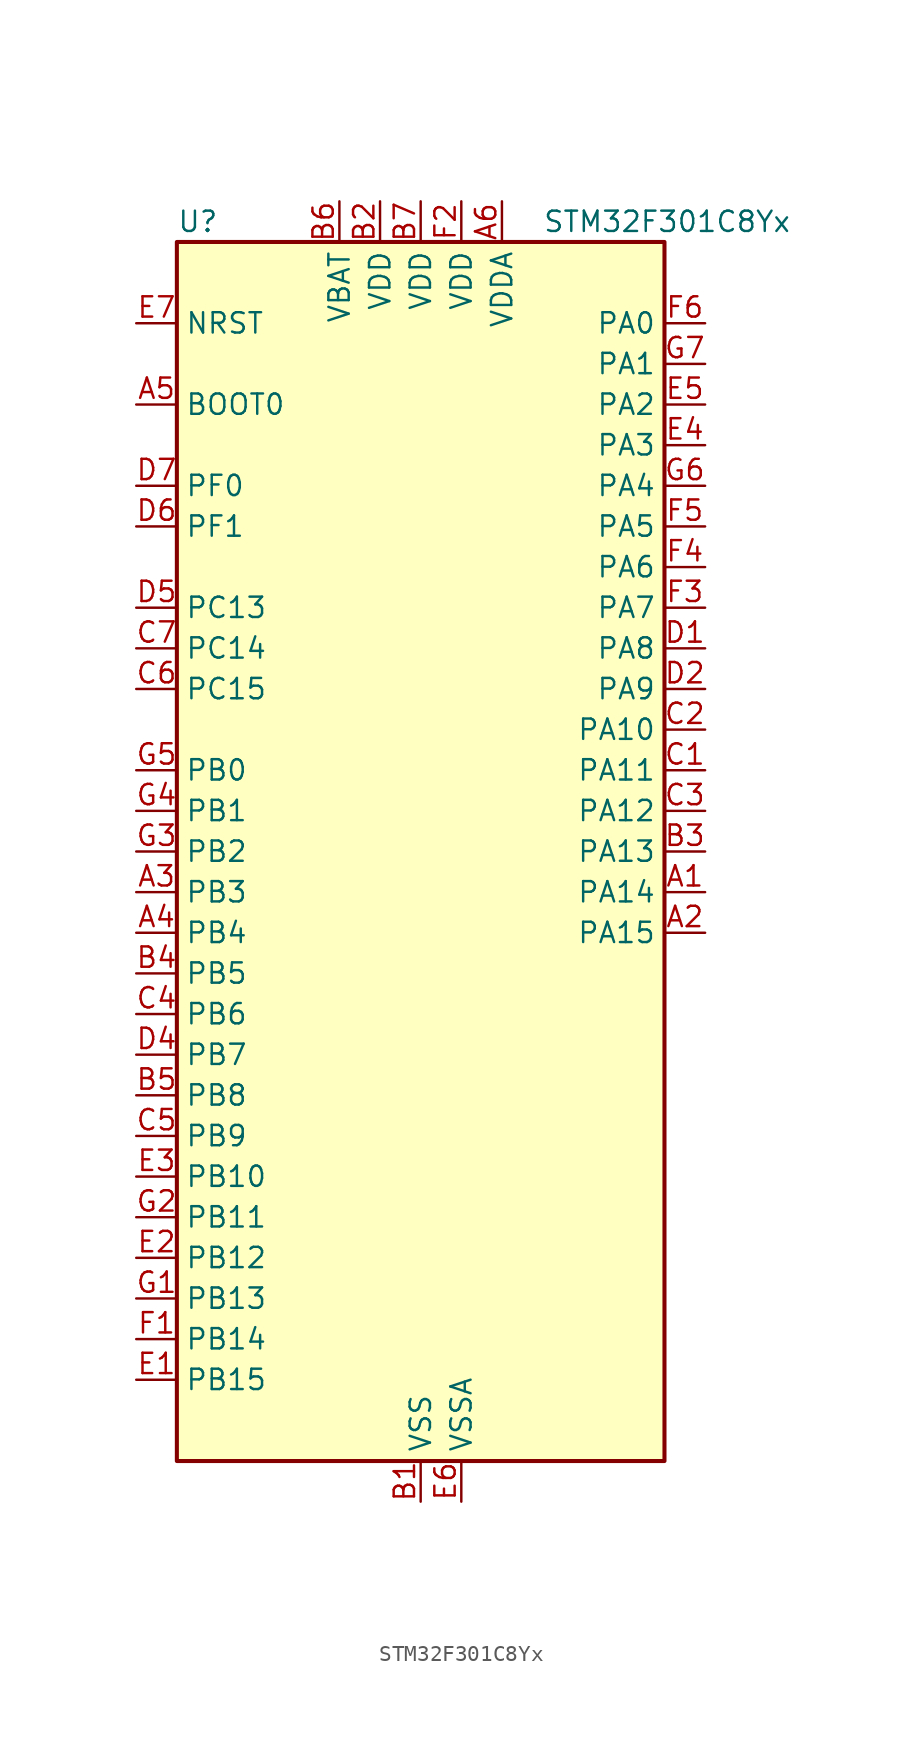
<source format=kicad_sym>
(kicad_symbol_lib
  (version 20241209)
  (generator "kicad_symbol_editor")
  (generator_version "9.0")
  (symbol "STM32F301C8Yx"
    (property "Reference" "U"
      (at -15.24 39.37 0)
      (effects (font (size 1.27 1.27)) (justify left)))
    (property "Value" "STM32F301C8Yx"
      (at 7.62 39.37 0)
      (effects (font (size 1.27 1.27)) (justify left)))
    (symbol "STM32F301C8Yx_0_1"
      (rectangle (start -15.24 -38.1) (end 15.24 38.1) (stroke (width 0.254) (type default)) (fill (type background))))
    (symbol "STM32F301C8Yx_1_1"
      (pin input line (at -17.78 33.02 0) (length 2.54) (name "NRST" (effects (font (size 1.27 1.27)))) (number "E7" (effects (font (size 1.27 1.27)))))
      (pin input line (at -17.78 27.94 0) (length 2.54) (name "BOOT0" (effects (font (size 1.27 1.27)))) (number "A5" (effects (font (size 1.27 1.27)))))
      (pin bidirectional line (at -17.78 22.86 0) (length 2.54) (name "PF0" (effects (font (size 1.27 1.27)))) (number "D7" (effects (font (size 1.27 1.27)))) (alternate "I2C2_SDA" bidirectional line) (alternate "I2S2_WS" bidirectional line) (alternate "RCC_OSC_IN" bidirectional line) (alternate "SPI2_NSS" bidirectional line) (alternate "TIM1_CH3N" bidirectional line))
      (pin bidirectional line (at -17.78 20.32 0) (length 2.54) (name "PF1" (effects (font (size 1.27 1.27)))) (number "D6" (effects (font (size 1.27 1.27)))) (alternate "I2C2_SCL" bidirectional line) (alternate "I2S2_CK" bidirectional line) (alternate "RCC_OSC_OUT" bidirectional line) (alternate "SPI2_SCK" bidirectional line))
      (pin bidirectional line (at -17.78 15.24 0) (length 2.54) (name "PC13" (effects (font (size 1.27 1.27)))) (number "D5" (effects (font (size 1.27 1.27)))) (alternate "RTC_OUT_ALARM" bidirectional line) (alternate "RTC_OUT_CALIB" bidirectional line) (alternate "RTC_TAMP1" bidirectional line) (alternate "RTC_TS" bidirectional line) (alternate "SYS_WKUP2" bidirectional line) (alternate "TIM1_CH1N" bidirectional line))
      (pin bidirectional line (at -17.78 12.7 0) (length 2.54) (name "PC14" (effects (font (size 1.27 1.27)))) (number "C7" (effects (font (size 1.27 1.27)))) (alternate "RCC_OSC32_IN" bidirectional line))
      (pin bidirectional line (at -17.78 10.16 0) (length 2.54) (name "PC15" (effects (font (size 1.27 1.27)))) (number "C6" (effects (font (size 1.27 1.27)))) (alternate "ADC1_EXTI15" bidirectional line) (alternate "RCC_OSC32_OUT" bidirectional line))
      (pin bidirectional line (at -17.78 5.08 0) (length 2.54) (name "PB0" (effects (font (size 1.27 1.27)))) (number "G5" (effects (font (size 1.27 1.27)))) (alternate "ADC1_IN11" bidirectional line) (alternate "COMP4_INP" bidirectional line) (alternate "OPAMP2_VINP" bidirectional line) (alternate "OPAMP2_VINP_SEC" bidirectional line) (alternate "TIM1_CH2N" bidirectional line) (alternate "TSC_G3_IO2" bidirectional line))
      (pin bidirectional line (at -17.78 2.54 0) (length 2.54) (name "PB1" (effects (font (size 1.27 1.27)))) (number "G4" (effects (font (size 1.27 1.27)))) (alternate "ADC1_IN12" bidirectional line) (alternate "COMP4_OUT" bidirectional line) (alternate "TIM1_CH3N" bidirectional line) (alternate "TSC_G3_IO3" bidirectional line))
      (pin bidirectional line (at -17.78 0 0) (length 2.54) (name "PB2" (effects (font (size 1.27 1.27)))) (number "G3" (effects (font (size 1.27 1.27)))) (alternate "COMP4_INM" bidirectional line) (alternate "TSC_G3_IO4" bidirectional line))
      (pin bidirectional line (at -17.78 -2.54 0) (length 2.54) (name "PB3" (effects (font (size 1.27 1.27)))) (number "A3" (effects (font (size 1.27 1.27)))) (alternate "I2S3_CK" bidirectional line) (alternate "SPI3_SCK" bidirectional line) (alternate "SYS_JTDO-TRACESWO" bidirectional line) (alternate "TIM2_CH2" bidirectional line) (alternate "TSC_G5_IO1" bidirectional line) (alternate "USART2_TX" bidirectional line))
      (pin bidirectional line (at -17.78 -5.08 0) (length 2.54) (name "PB4" (effects (font (size 1.27 1.27)))) (number "A4" (effects (font (size 1.27 1.27)))) (alternate "I2S3_ext_SD" bidirectional line) (alternate "SPI3_MISO" bidirectional line) (alternate "SYS_NJTRST" bidirectional line) (alternate "TIM16_CH1" bidirectional line) (alternate "TIM17_BKIN" bidirectional line) (alternate "TSC_G5_IO2" bidirectional line) (alternate "USART2_RX" bidirectional line))
      (pin bidirectional line (at -17.78 -7.62 0) (length 2.54) (name "PB5" (effects (font (size 1.27 1.27)))) (number "B4" (effects (font (size 1.27 1.27)))) (alternate "I2C1_SMBA" bidirectional line) (alternate "I2C3_SDA" bidirectional line) (alternate "I2S3_SD" bidirectional line) (alternate "SPI3_MOSI" bidirectional line) (alternate "TIM16_BKIN" bidirectional line) (alternate "TIM17_CH1" bidirectional line) (alternate "USART2_CK" bidirectional line))
      (pin bidirectional line (at -17.78 -10.16 0) (length 2.54) (name "PB6" (effects (font (size 1.27 1.27)))) (number "C4" (effects (font (size 1.27 1.27)))) (alternate "I2C1_SCL" bidirectional line) (alternate "TIM16_CH1N" bidirectional line) (alternate "TSC_G5_IO3" bidirectional line) (alternate "USART1_TX" bidirectional line))
      (pin bidirectional line (at -17.78 -12.7 0) (length 2.54) (name "PB7" (effects (font (size 1.27 1.27)))) (number "D4" (effects (font (size 1.27 1.27)))) (alternate "I2C1_SDA" bidirectional line) (alternate "TIM17_CH1N" bidirectional line) (alternate "TSC_G5_IO4" bidirectional line) (alternate "USART1_RX" bidirectional line))
      (pin bidirectional line (at -17.78 -15.24 0) (length 2.54) (name "PB8" (effects (font (size 1.27 1.27)))) (number "B5" (effects (font (size 1.27 1.27)))) (alternate "I2C1_SCL" bidirectional line) (alternate "TIM16_CH1" bidirectional line) (alternate "TIM1_BKIN" bidirectional line) (alternate "TSC_SYNC" bidirectional line) (alternate "USART3_RX" bidirectional line))
      (pin bidirectional line (at -17.78 -17.78 0) (length 2.54) (name "PB9" (effects (font (size 1.27 1.27)))) (number "C5" (effects (font (size 1.27 1.27)))) (alternate "COMP2_OUT" bidirectional line) (alternate "DAC_EXTI9" bidirectional line) (alternate "I2C1_SDA" bidirectional line) (alternate "IR_OUT" bidirectional line) (alternate "TIM17_CH1" bidirectional line) (alternate "USART3_TX" bidirectional line))
      (pin bidirectional line (at -17.78 -20.32 0) (length 2.54) (name "PB10" (effects (font (size 1.27 1.27)))) (number "E3" (effects (font (size 1.27 1.27)))) (alternate "TIM2_CH3" bidirectional line) (alternate "TSC_SYNC" bidirectional line) (alternate "USART3_TX" bidirectional line))
      (pin bidirectional line (at -17.78 -22.86 0) (length 2.54) (name "PB11" (effects (font (size 1.27 1.27)))) (number "G2" (effects (font (size 1.27 1.27)))) (alternate "ADC1_EXTI11" bidirectional line) (alternate "ADC1_IN14" bidirectional line) (alternate "COMP6_INP" bidirectional line) (alternate "TIM2_CH4" bidirectional line) (alternate "TSC_G6_IO1" bidirectional line) (alternate "USART3_RX" bidirectional line))
      (pin bidirectional line (at -17.78 -25.4 0) (length 2.54) (name "PB12" (effects (font (size 1.27 1.27)))) (number "E2" (effects (font (size 1.27 1.27)))) (alternate "I2C2_SMBA" bidirectional line) (alternate "I2S2_WS" bidirectional line) (alternate "SPI2_NSS" bidirectional line) (alternate "TIM1_BKIN" bidirectional line) (alternate "TSC_G6_IO2" bidirectional line) (alternate "USART3_CK" bidirectional line))
      (pin bidirectional line (at -17.78 -27.94 0) (length 2.54) (name "PB13" (effects (font (size 1.27 1.27)))) (number "G1" (effects (font (size 1.27 1.27)))) (alternate "ADC1_IN13" bidirectional line) (alternate "I2S2_CK" bidirectional line) (alternate "SPI2_SCK" bidirectional line) (alternate "TIM1_CH1N" bidirectional line) (alternate "TSC_G6_IO3" bidirectional line) (alternate "USART3_CTS" bidirectional line))
      (pin bidirectional line (at -17.78 -30.48 0) (length 2.54) (name "PB14" (effects (font (size 1.27 1.27)))) (number "F1" (effects (font (size 1.27 1.27)))) (alternate "I2S2_ext_SD" bidirectional line) (alternate "OPAMP2_VINP" bidirectional line) (alternate "OPAMP2_VINP_SEC" bidirectional line) (alternate "SPI2_MISO" bidirectional line) (alternate "TIM15_CH1" bidirectional line) (alternate "TIM1_CH2N" bidirectional line) (alternate "TSC_G6_IO4" bidirectional line) (alternate "USART3_DE" bidirectional line) (alternate "USART3_RTS" bidirectional line))
      (pin bidirectional line (at -17.78 -33.02 0) (length 2.54) (name "PB15" (effects (font (size 1.27 1.27)))) (number "E1" (effects (font (size 1.27 1.27)))) (alternate "ADC1_EXTI15" bidirectional line) (alternate "COMP6_INM" bidirectional line) (alternate "I2S2_SD" bidirectional line) (alternate "RTC_REFIN" bidirectional line) (alternate "SPI2_MOSI" bidirectional line) (alternate "TIM15_CH1N" bidirectional line) (alternate "TIM15_CH2" bidirectional line) (alternate "TIM1_CH3N" bidirectional line))
      (pin no_connect line (at -15.24 -38.1 0) (length 2.54) (hide yes) (name "NC" (effects (font (size 1.27 1.27)))) (number "A7" (effects (font (size 1.27 1.27)))))
      (pin power_in line (at -5.08 40.64 270) (length 2.54) (name "VBAT" (effects (font (size 1.27 1.27)))) (number "B6" (effects (font (size 1.27 1.27)))))
      (pin power_in line (at -2.54 40.64 270) (length 2.54) (name "VDD" (effects (font (size 1.27 1.27)))) (number "B2" (effects (font (size 1.27 1.27)))))
      (pin power_in line (at 0 40.64 270) (length 2.54) (name "VDD" (effects (font (size 1.27 1.27)))) (number "B7" (effects (font (size 1.27 1.27)))))
      (pin power_in line (at 0 -40.64 90) (length 2.54) (name "VSS" (effects (font (size 1.27 1.27)))) (number "B1" (effects (font (size 1.27 1.27)))))
      (pin passive line (at 0 -40.64 90) (length 2.54) (hide yes) (name "VSS" (effects (font (size 1.27 1.27)))) (number "D3" (effects (font (size 1.27 1.27)))))
      (pin passive line (at 0 -40.64 90) (length 2.54) (hide yes) (name "VSS" (effects (font (size 1.27 1.27)))) (number "F7" (effects (font (size 1.27 1.27)))))
      (pin power_in line (at 2.54 40.64 270) (length 2.54) (name "VDD" (effects (font (size 1.27 1.27)))) (number "F2" (effects (font (size 1.27 1.27)))))
      (pin power_in line (at 2.54 -40.64 90) (length 2.54) (name "VSSA" (effects (font (size 1.27 1.27)))) (number "E6" (effects (font (size 1.27 1.27)))))
      (pin power_in line (at 5.08 40.64 270) (length 2.54) (name "VDDA" (effects (font (size 1.27 1.27)))) (number "A6" (effects (font (size 1.27 1.27)))))
      (pin bidirectional line (at 17.78 33.02 180) (length 2.54) (name "PA0" (effects (font (size 1.27 1.27)))) (number "F6" (effects (font (size 1.27 1.27)))) (alternate "ADC1_IN1" bidirectional line) (alternate "RTC_TAMP2" bidirectional line) (alternate "SYS_WKUP1" bidirectional line) (alternate "TIM2_CH1" bidirectional line) (alternate "TIM2_ETR" bidirectional line) (alternate "TSC_G1_IO1" bidirectional line) (alternate "USART2_CTS" bidirectional line))
      (pin bidirectional line (at 17.78 30.48 180) (length 2.54) (name "PA1" (effects (font (size 1.27 1.27)))) (number "G7" (effects (font (size 1.27 1.27)))) (alternate "ADC1_IN2" bidirectional line) (alternate "RTC_REFIN" bidirectional line) (alternate "TIM15_CH1N" bidirectional line) (alternate "TIM2_CH2" bidirectional line) (alternate "TSC_G1_IO2" bidirectional line) (alternate "USART2_DE" bidirectional line) (alternate "USART2_RTS" bidirectional line))
      (pin bidirectional line (at 17.78 27.94 180) (length 2.54) (name "PA2" (effects (font (size 1.27 1.27)))) (number "E5" (effects (font (size 1.27 1.27)))) (alternate "ADC1_IN3" bidirectional line) (alternate "COMP2_INM" bidirectional line) (alternate "COMP2_OUT" bidirectional line) (alternate "TIM15_CH1" bidirectional line) (alternate "TIM2_CH3" bidirectional line) (alternate "TSC_G1_IO3" bidirectional line) (alternate "USART2_TX" bidirectional line))
      (pin bidirectional line (at 17.78 25.4 180) (length 2.54) (name "PA3" (effects (font (size 1.27 1.27)))) (number "E4" (effects (font (size 1.27 1.27)))) (alternate "ADC1_IN4" bidirectional line) (alternate "TIM15_CH2" bidirectional line) (alternate "TIM2_CH4" bidirectional line) (alternate "TSC_G1_IO4" bidirectional line) (alternate "USART2_RX" bidirectional line))
      (pin bidirectional line (at 17.78 22.86 180) (length 2.54) (name "PA4" (effects (font (size 1.27 1.27)))) (number "G6" (effects (font (size 1.27 1.27)))) (alternate "ADC1_IN5" bidirectional line) (alternate "COMP2_INM" bidirectional line) (alternate "COMP4_INM" bidirectional line) (alternate "COMP6_INM" bidirectional line) (alternate "DAC_OUT1" bidirectional line) (alternate "I2S3_WS" bidirectional line) (alternate "SPI3_NSS" bidirectional line) (alternate "TSC_G2_IO1" bidirectional line) (alternate "USART2_CK" bidirectional line))
      (pin bidirectional line (at 17.78 20.32 180) (length 2.54) (name "PA5" (effects (font (size 1.27 1.27)))) (number "F5" (effects (font (size 1.27 1.27)))) (alternate "OPAMP2_VINM" bidirectional line) (alternate "OPAMP2_VINM_SEC" bidirectional line) (alternate "TIM2_CH1" bidirectional line) (alternate "TIM2_ETR" bidirectional line) (alternate "TSC_G2_IO2" bidirectional line))
      (pin bidirectional line (at 17.78 17.78 180) (length 2.54) (name "PA6" (effects (font (size 1.27 1.27)))) (number "F4" (effects (font (size 1.27 1.27)))) (alternate "ADC1_IN10" bidirectional line) (alternate "OPAMP2_VOUT" bidirectional line) (alternate "TIM16_CH1" bidirectional line) (alternate "TIM1_BKIN" bidirectional line) (alternate "TSC_G2_IO3" bidirectional line))
      (pin bidirectional line (at 17.78 15.24 180) (length 2.54) (name "PA7" (effects (font (size 1.27 1.27)))) (number "F3" (effects (font (size 1.27 1.27)))) (alternate "ADC1_IN15" bidirectional line) (alternate "COMP2_INP" bidirectional line) (alternate "OPAMP2_VINP" bidirectional line) (alternate "OPAMP2_VINP_SEC" bidirectional line) (alternate "TIM17_CH1" bidirectional line) (alternate "TIM1_CH1N" bidirectional line) (alternate "TSC_G2_IO4" bidirectional line))
      (pin bidirectional line (at 17.78 12.7 180) (length 2.54) (name "PA8" (effects (font (size 1.27 1.27)))) (number "D1" (effects (font (size 1.27 1.27)))) (alternate "I2C2_SMBA" bidirectional line) (alternate "I2C3_SCL" bidirectional line) (alternate "I2S2_MCK" bidirectional line) (alternate "RCC_MCO" bidirectional line) (alternate "TIM1_CH1" bidirectional line) (alternate "USART1_CK" bidirectional line))
      (pin bidirectional line (at 17.78 10.16 180) (length 2.54) (name "PA9" (effects (font (size 1.27 1.27)))) (number "D2" (effects (font (size 1.27 1.27)))) (alternate "DAC_EXTI9" bidirectional line) (alternate "I2C2_SCL" bidirectional line) (alternate "I2C3_SMBA" bidirectional line) (alternate "I2S3_MCK" bidirectional line) (alternate "TIM15_BKIN" bidirectional line) (alternate "TIM1_CH2" bidirectional line) (alternate "TIM2_CH3" bidirectional line) (alternate "TSC_G4_IO1" bidirectional line) (alternate "USART1_TX" bidirectional line))
      (pin bidirectional line (at 17.78 7.62 180) (length 2.54) (name "PA10" (effects (font (size 1.27 1.27)))) (number "C2" (effects (font (size 1.27 1.27)))) (alternate "COMP6_OUT" bidirectional line) (alternate "I2C2_SDA" bidirectional line) (alternate "I2S2_ext_SD" bidirectional line) (alternate "SPI2_MISO" bidirectional line) (alternate "TIM17_BKIN" bidirectional line) (alternate "TIM1_CH3" bidirectional line) (alternate "TIM2_CH4" bidirectional line) (alternate "TSC_G4_IO2" bidirectional line) (alternate "USART1_RX" bidirectional line))
      (pin bidirectional line (at 17.78 5.08 180) (length 2.54) (name "PA11" (effects (font (size 1.27 1.27)))) (number "C1" (effects (font (size 1.27 1.27)))) (alternate "ADC1_EXTI11" bidirectional line) (alternate "I2S2_SD" bidirectional line) (alternate "SPI2_MOSI" bidirectional line) (alternate "TIM1_BKIN2" bidirectional line) (alternate "TIM1_CH1N" bidirectional line) (alternate "TIM1_CH4" bidirectional line) (alternate "USART1_CTS" bidirectional line))
      (pin bidirectional line (at 17.78 2.54 180) (length 2.54) (name "PA12" (effects (font (size 1.27 1.27)))) (number "C3" (effects (font (size 1.27 1.27)))) (alternate "COMP2_OUT" bidirectional line) (alternate "I2S_CKIN" bidirectional line) (alternate "TIM16_CH1" bidirectional line) (alternate "TIM1_CH2N" bidirectional line) (alternate "TIM1_ETR" bidirectional line) (alternate "USART1_DE" bidirectional line) (alternate "USART1_RTS" bidirectional line))
      (pin bidirectional line (at 17.78 0 180) (length 2.54) (name "PA13" (effects (font (size 1.27 1.27)))) (number "B3" (effects (font (size 1.27 1.27)))) (alternate "IR_OUT" bidirectional line) (alternate "SYS_JTMS-SWDIO" bidirectional line) (alternate "TIM16_CH1N" bidirectional line) (alternate "TSC_G4_IO3" bidirectional line) (alternate "USART3_CTS" bidirectional line))
      (pin bidirectional line (at 17.78 -2.54 180) (length 2.54) (name "PA14" (effects (font (size 1.27 1.27)))) (number "A1" (effects (font (size 1.27 1.27)))) (alternate "I2C1_SDA" bidirectional line) (alternate "SYS_JTCK-SWCLK" bidirectional line) (alternate "TIM1_BKIN" bidirectional line) (alternate "TSC_G4_IO4" bidirectional line) (alternate "USART2_TX" bidirectional line))
      (pin bidirectional line (at 17.78 -5.08 180) (length 2.54) (name "PA15" (effects (font (size 1.27 1.27)))) (number "A2" (effects (font (size 1.27 1.27)))) (alternate "ADC1_EXTI15" bidirectional line) (alternate "I2C1_SCL" bidirectional line) (alternate "I2S3_WS" bidirectional line) (alternate "SPI3_NSS" bidirectional line) (alternate "SYS_JTDI" bidirectional line) (alternate "TIM1_BKIN" bidirectional line) (alternate "TIM2_CH1" bidirectional line) (alternate "TIM2_ETR" bidirectional line) (alternate "TSC_SYNC" bidirectional line) (alternate "USART2_RX" bidirectional line)))))
</source>
